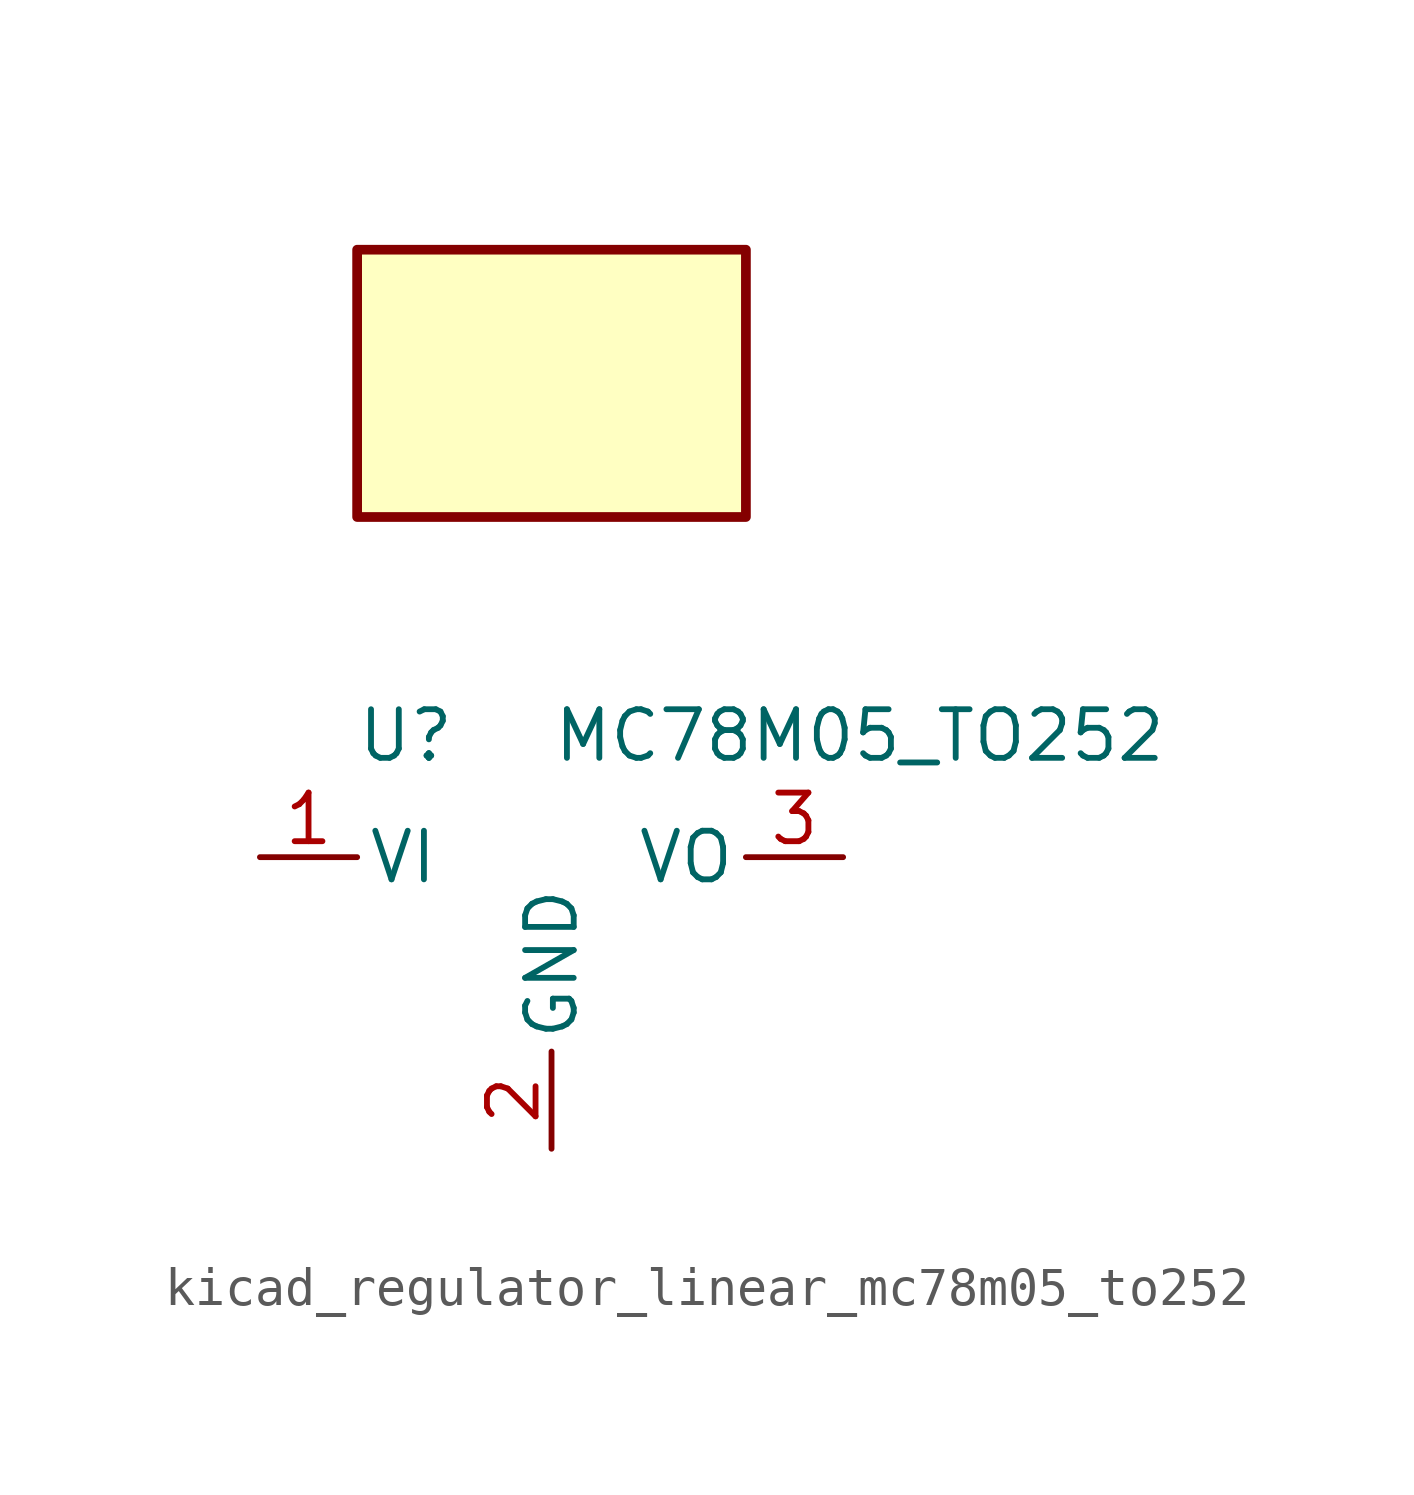
<source format=kicad_sym>
(kicad_symbol_lib
  (version 20220914)
  (generator kicad_symbol_editor)
  (symbol "kicad_regulator_linear_mc78m05_to252"
    (pin_names
      (offset 0.254))
    (property "Reference" "U"
      (at -3.81 3.175 0)
      (effects (font (size 1.27 1.27))))
    (property "Value" "MC78M05_TO252"
      (at 0 3.175 0)
      (effects (font (size 1.27 1.27)) (justify left)))
    (symbol "kicad_regulator_linear_mc78m05_to252_0_1"
      (rectangle (start 5.08 15.875) (end -5.08 8.89) (stroke (width 0.254) (type default)) (fill (type background))))
    (symbol "kicad_regulator_linear_mc78m05_to252_1_1"
      (pin power_in line (at -7.62 0 0) (length 2.54) (name "VI" (effects (font (size 1.27 1.27)))) (number "1" (effects (font (size 1.27 1.27)))))
      (pin power_in line (at 0 -7.62 90) (length 2.54) (name "GND" (effects (font (size 1.27 1.27)))) (number "2" (effects (font (size 1.27 1.27)))))
      (pin power_out line (at 7.62 0 180) (length 2.54) (name "VO" (effects (font (size 1.27 1.27)))) (number "3" (effects (font (size 1.27 1.27))))))))
</source>
